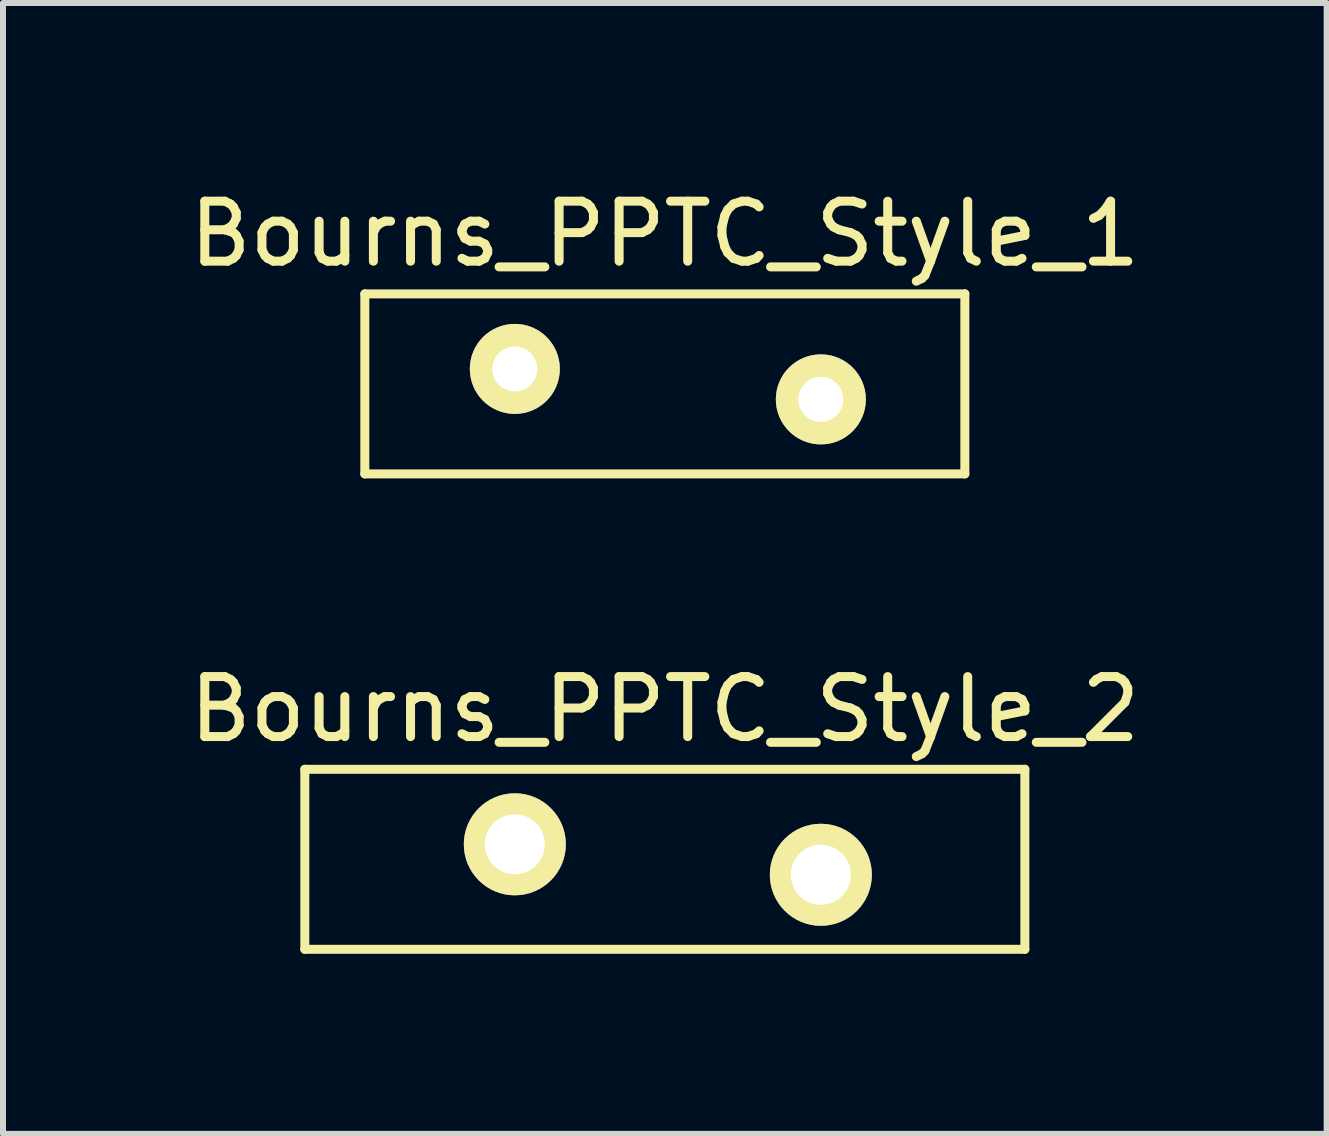
<source format=kicad_pcb>
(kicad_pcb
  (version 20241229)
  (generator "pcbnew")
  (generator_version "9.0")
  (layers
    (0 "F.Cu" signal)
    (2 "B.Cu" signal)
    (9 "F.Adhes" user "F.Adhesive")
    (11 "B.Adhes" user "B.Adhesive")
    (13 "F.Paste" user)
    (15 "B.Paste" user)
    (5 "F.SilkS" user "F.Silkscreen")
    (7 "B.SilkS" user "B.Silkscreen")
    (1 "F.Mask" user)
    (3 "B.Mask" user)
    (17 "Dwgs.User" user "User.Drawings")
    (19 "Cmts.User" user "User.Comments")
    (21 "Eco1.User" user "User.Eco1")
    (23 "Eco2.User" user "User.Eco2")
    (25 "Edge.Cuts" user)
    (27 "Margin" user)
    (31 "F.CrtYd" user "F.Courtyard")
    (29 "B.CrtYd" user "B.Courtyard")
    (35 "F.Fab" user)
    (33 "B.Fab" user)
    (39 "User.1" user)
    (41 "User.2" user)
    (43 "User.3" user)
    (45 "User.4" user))
  (footprint "Bourns_PPTC_Style_2"
    (layer "F.Cu")
    (at 5.53 11.021)
    (property "Reference" "Bourns_PPTC_Style_2" (at 2.5 -2.25 0) (layer "F.SilkS") (effects (font (size 1 1) (thickness 0.15))))
    (attr through_hole)
    (fp_line (start -3.5 -1.25) (end 8.5 -1.25) (stroke (width 0.15) (type solid)) (layer "F.SilkS"))
    (fp_line (start -3.5 1.75) (end -3.5 -1.25) (stroke (width 0.15) (type solid)) (layer "F.SilkS"))
    (fp_line (start 8.5 -1.25) (end 8.5 1.75) (stroke (width 0.15) (type solid)) (layer "F.SilkS"))
    (fp_line (start 8.5 1.75) (end -3.5 1.75) (stroke (width 0.15) (type solid)) (layer "F.SilkS"))
    (pad "1" thru_hole circle (at 0 0) (size 1.7 1.7) (drill 1) (layers "*.Cu" "*.Mask" "F.SilkS"))
    (pad "2" thru_hole circle (at 5.1 0.508) (size 1.7 1.7) (drill 1) (layers "*.Cu" "*.Mask" "F.SilkS")))
  (footprint "Bourns_PPTC_Style_1"
    (layer "F.Cu")
    (at 5.53 3.098)
    (property "Reference" "Bourns_PPTC_Style_1" (at 2.5 -2.25 0) (layer "F.SilkS") (effects (font (size 1 1) (thickness 0.15))))
    (attr through_hole)
    (fp_line (start -2.5 -1.25) (end 7.5 -1.25) (stroke (width 0.15) (type solid)) (layer "F.SilkS"))
    (fp_line (start -2.5 1.75) (end -2.5 -1.25) (stroke (width 0.15) (type solid)) (layer "F.SilkS"))
    (fp_line (start 7.5 -1.25) (end 7.5 1.75) (stroke (width 0.15) (type solid)) (layer "F.SilkS"))
    (fp_line (start 7.5 1.75) (end -2.5 1.75) (stroke (width 0.15) (type solid)) (layer "F.SilkS"))
    (pad "1" thru_hole circle (at 0 0) (size 1.5 1.5) (drill 0.75) (layers "*.Cu" "*.Mask" "F.SilkS"))
    (pad "2" thru_hole circle (at 5.1 0.508) (size 1.5 1.5) (drill 0.75) (layers "*.Cu" "*.Mask" "F.SilkS")))
  (gr_rect
    (start -3 -3)
    (end 19.06 15.847)
    (stroke (width 0.1) (type default))
    (fill no)
    (layer "Edge.Cuts")))
</source>
